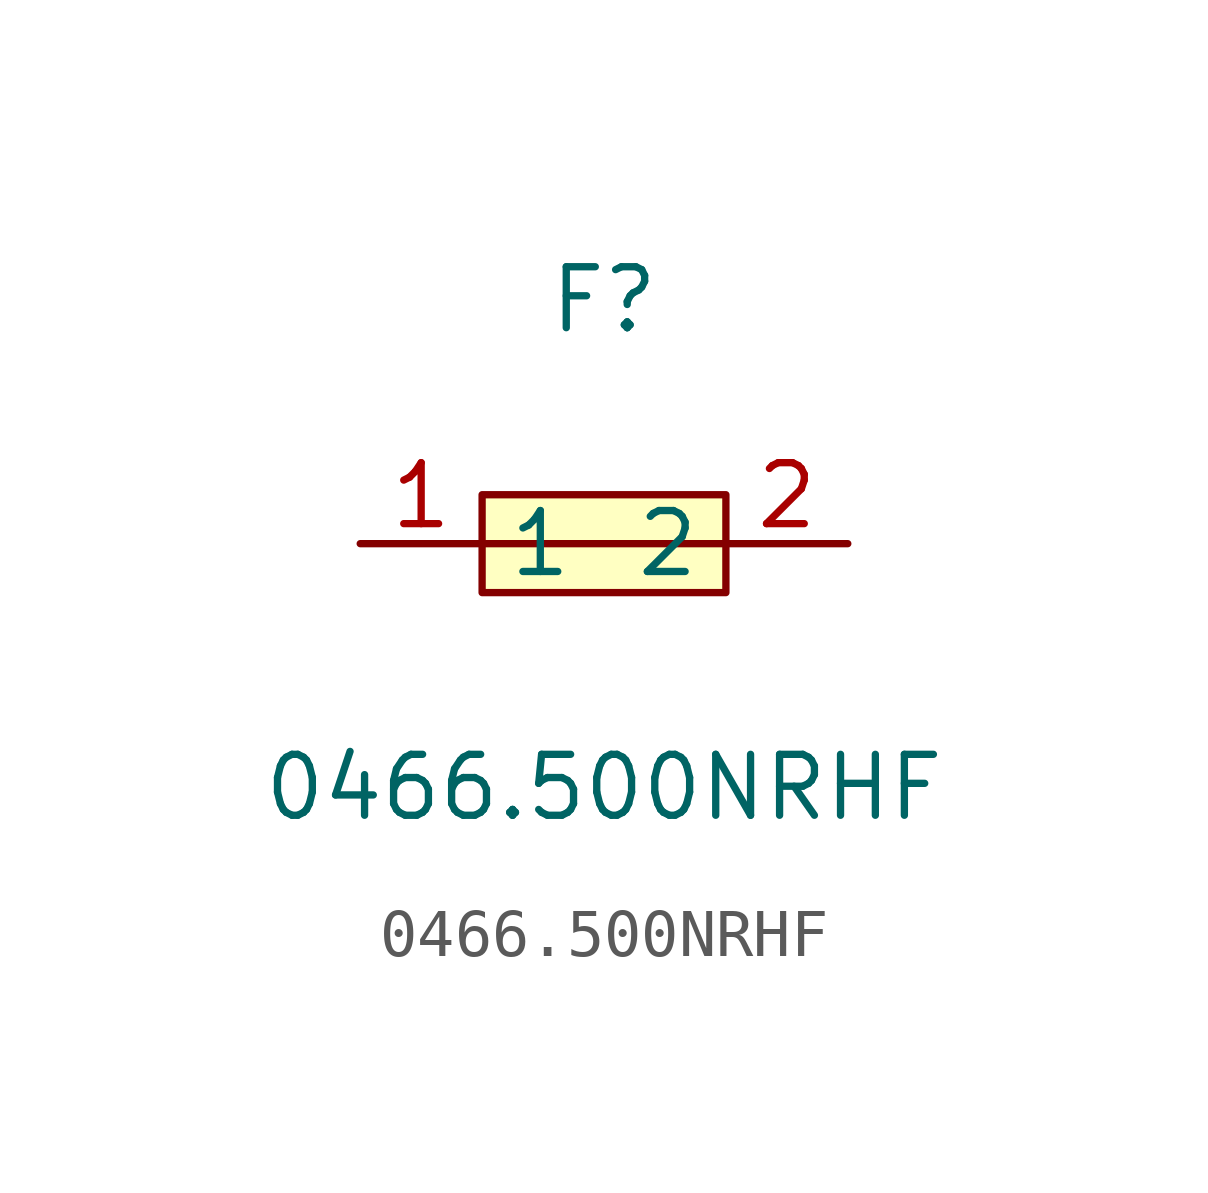
<source format=kicad_sym>
(kicad_symbol_lib
  (version 20211014)
  (generator https://github.com/uPesy/easyeda2kicad.py)
  (symbol "0466.500NRHF"
    (property "Reference" "F"
      (at 0 5.08 0)
      (effects (font (size 1.27 1.27))))
    (property "Value" "0466.500NRHF"
      (at 0 -5.08 0)
      (effects (font (size 1.27 1.27))))
    (symbol "0466.500NRHF_0_1"
      (rectangle (start -2.54 1.02) (end 2.54 -1.02) (stroke (width 0) (type default) (color 0 0 0 0)) (fill (type background)))
      (polyline (pts (xy -2.54 -0.00) (xy 2.54 -0.00)) (stroke (width 0) (type default) (color 0 0 0 0)) (fill (type none)))
      (pin unspecified line (at 5.08 -0.00 180) (length 2.54) (name "2" (effects (font (size 1.27 1.27)))) (number "2" (effects (font (size 1.27 1.27)))))
      (pin unspecified line (at -5.08 -0.00 0) (length 2.54) (name "1" (effects (font (size 1.27 1.27)))) (number "1" (effects (font (size 1.27 1.27))))))))
</source>
